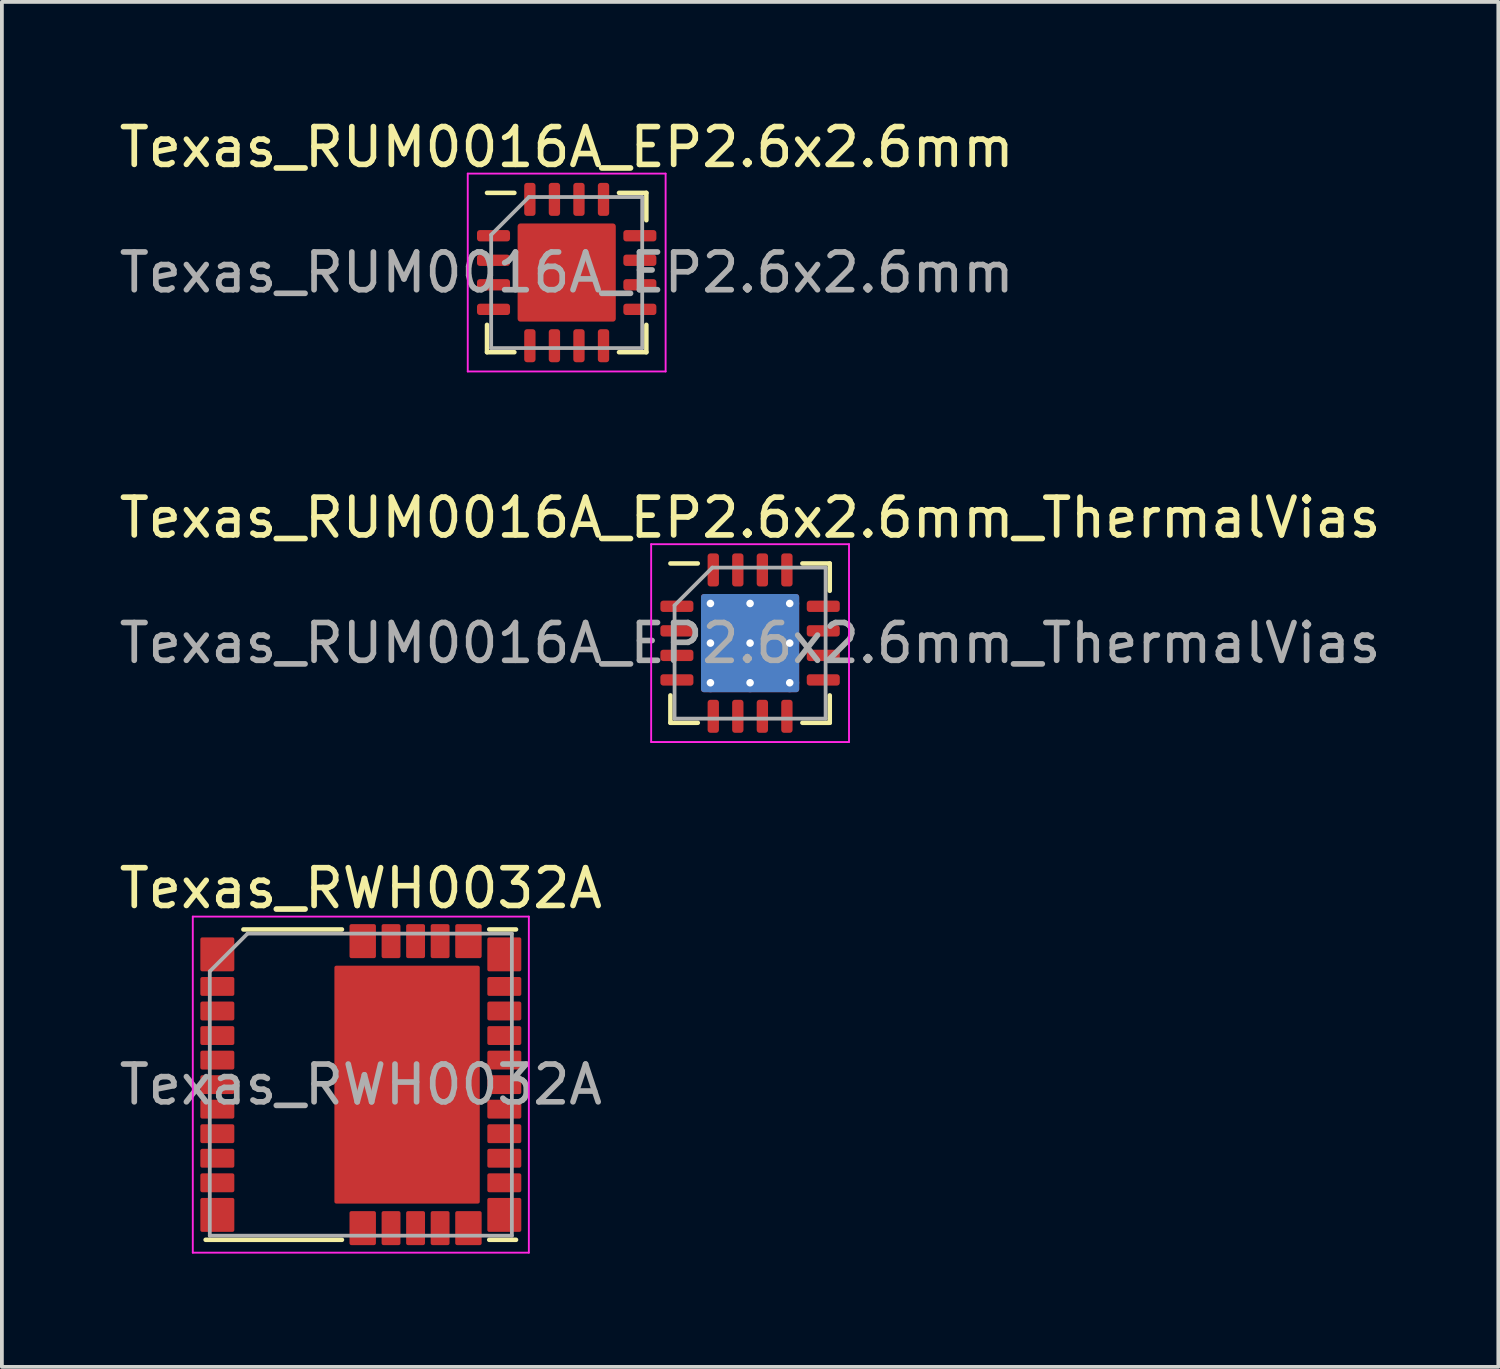
<source format=kicad_pcb>
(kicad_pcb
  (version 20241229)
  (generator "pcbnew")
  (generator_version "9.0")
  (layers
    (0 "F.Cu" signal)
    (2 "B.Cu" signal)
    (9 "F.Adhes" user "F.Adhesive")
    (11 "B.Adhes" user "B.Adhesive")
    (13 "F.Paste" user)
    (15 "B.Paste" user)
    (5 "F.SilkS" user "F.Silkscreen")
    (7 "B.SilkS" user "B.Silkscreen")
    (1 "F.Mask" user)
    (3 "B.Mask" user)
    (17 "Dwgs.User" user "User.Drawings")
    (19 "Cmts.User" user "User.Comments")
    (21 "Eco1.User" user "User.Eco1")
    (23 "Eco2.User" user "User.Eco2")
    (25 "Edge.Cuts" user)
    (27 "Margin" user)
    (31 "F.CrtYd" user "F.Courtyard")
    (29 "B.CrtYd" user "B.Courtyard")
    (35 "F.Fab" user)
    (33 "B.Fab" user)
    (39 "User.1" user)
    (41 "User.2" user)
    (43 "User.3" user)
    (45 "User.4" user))
  (footprint "Texas_RUM0016A_EP2.6x2.6mm"
    (layer "F.Cu")
    (at 11.958 4.168)
    (property "Reference" "Texas_RUM0016A_EP2.6x2.6mm" (at 0 -3.32 0) (layer "F.SilkS") (effects (font (size 1 1) (thickness 0.15))))
    (attr smd)
    (fp_line (start -2.11 2.11) (end -2.11 1.385) (stroke (width 0.12) (type solid)) (layer "F.SilkS"))
    (fp_line (start -1.385 -2.11) (end -2.11 -2.11) (stroke (width 0.12) (type solid)) (layer "F.SilkS"))
    (fp_line (start -1.385 2.11) (end -2.11 2.11) (stroke (width 0.12) (type solid)) (layer "F.SilkS"))
    (fp_line (start 1.385 -2.11) (end 2.11 -2.11) (stroke (width 0.12) (type solid)) (layer "F.SilkS"))
    (fp_line (start 1.385 2.11) (end 2.11 2.11) (stroke (width 0.12) (type solid)) (layer "F.SilkS"))
    (fp_line (start 2.11 -2.11) (end 2.11 -1.385) (stroke (width 0.12) (type solid)) (layer "F.SilkS"))
    (fp_line (start 2.11 2.11) (end 2.11 1.385) (stroke (width 0.12) (type solid)) (layer "F.SilkS"))
    (fp_line (start -2.62 -2.62) (end -2.62 2.62) (stroke (width 0.05) (type solid)) (layer "F.CrtYd"))
    (fp_line (start -2.62 2.62) (end 2.62 2.62) (stroke (width 0.05) (type solid)) (layer "F.CrtYd"))
    (fp_line (start 2.62 -2.62) (end -2.62 -2.62) (stroke (width 0.05) (type solid)) (layer "F.CrtYd"))
    (fp_line (start 2.62 2.62) (end 2.62 -2.62) (stroke (width 0.05) (type solid)) (layer "F.CrtYd"))
    (fp_line (start -2 -1) (end -1 -2) (stroke (width 0.1) (type solid)) (layer "F.Fab"))
    (fp_line (start -2 2) (end -2 -1) (stroke (width 0.1) (type solid)) (layer "F.Fab"))
    (fp_line (start -1 -2) (end 2 -2) (stroke (width 0.1) (type solid)) (layer "F.Fab"))
    (fp_line (start 2 -2) (end 2 2) (stroke (width 0.1) (type solid)) (layer "F.Fab"))
    (fp_line (start 2 2) (end -2 2) (stroke (width 0.1) (type solid)) (layer "F.Fab"))
    (fp_text user "${REFERENCE}" (at 0 0 0) (layer "F.Fab") (effects (font (size 1 1) (thickness 0.15))))
    (pad "" smd roundrect (at -0.65 -0.65) (size 1.05 1.05) (layers "F.Paste") (roundrect_rratio 0.238))
    (pad "" smd roundrect (at -0.65 0.65) (size 1.05 1.05) (layers "F.Paste") (roundrect_rratio 0.238))
    (pad "" smd roundrect (at 0.65 -0.65) (size 1.05 1.05) (layers "F.Paste") (roundrect_rratio 0.238))
    (pad "" smd roundrect (at 0.65 0.65) (size 1.05 1.05) (layers "F.Paste") (roundrect_rratio 0.238))
    (pad "1" smd roundrect (at -1.938 -0.975) (size 0.875 0.3) (layers "F.Cu" "F.Mask" "F.Paste") (roundrect_rratio 0.25))
    (pad "2" smd roundrect (at -1.938 -0.325) (size 0.875 0.3) (layers "F.Cu" "F.Mask" "F.Paste") (roundrect_rratio 0.25))
    (pad "3" smd roundrect (at -1.938 0.325) (size 0.875 0.3) (layers "F.Cu" "F.Mask" "F.Paste") (roundrect_rratio 0.25))
    (pad "4" smd roundrect (at -1.938 0.975) (size 0.875 0.3) (layers "F.Cu" "F.Mask" "F.Paste") (roundrect_rratio 0.25))
    (pad "5" smd roundrect (at -0.975 1.938) (size 0.3 0.875) (layers "F.Cu" "F.Mask" "F.Paste") (roundrect_rratio 0.25))
    (pad "6" smd roundrect (at -0.325 1.938) (size 0.3 0.875) (layers "F.Cu" "F.Mask" "F.Paste") (roundrect_rratio 0.25))
    (pad "7" smd roundrect (at 0.325 1.938) (size 0.3 0.875) (layers "F.Cu" "F.Mask" "F.Paste") (roundrect_rratio 0.25))
    (pad "8" smd roundrect (at 0.975 1.938) (size 0.3 0.875) (layers "F.Cu" "F.Mask" "F.Paste") (roundrect_rratio 0.25))
    (pad "9" smd roundrect (at 1.938 0.975) (size 0.875 0.3) (layers "F.Cu" "F.Mask" "F.Paste") (roundrect_rratio 0.25))
    (pad "10" smd roundrect (at 1.938 0.325) (size 0.875 0.3) (layers "F.Cu" "F.Mask" "F.Paste") (roundrect_rratio 0.25))
    (pad "11" smd roundrect (at 1.938 -0.325) (size 0.875 0.3) (layers "F.Cu" "F.Mask" "F.Paste") (roundrect_rratio 0.25))
    (pad "12" smd roundrect (at 1.938 -0.975) (size 0.875 0.3) (layers "F.Cu" "F.Mask" "F.Paste") (roundrect_rratio 0.25))
    (pad "13" smd roundrect (at 0.975 -1.938) (size 0.3 0.875) (layers "F.Cu" "F.Mask" "F.Paste") (roundrect_rratio 0.25))
    (pad "14" smd roundrect (at 0.325 -1.938) (size 0.3 0.875) (layers "F.Cu" "F.Mask" "F.Paste") (roundrect_rratio 0.25))
    (pad "15" smd roundrect (at -0.325 -1.938) (size 0.3 0.875) (layers "F.Cu" "F.Mask" "F.Paste") (roundrect_rratio 0.25))
    (pad "16" smd roundrect (at -0.975 -1.938) (size 0.3 0.875) (layers "F.Cu" "F.Mask" "F.Paste") (roundrect_rratio 0.25))
    (pad "17" smd roundrect (at 0 0) (size 2.6 2.6) (layers "F.Cu" "F.Mask") (roundrect_rratio 0.029)))
  (footprint "Texas_RWH0032A"
    (layer "F.Cu")
    (at 6.506 25.675)
    (property "Reference" "Texas_RWH0032A" (at 0 -5.2 0) (layer "F.SilkS") (effects (font (size 1 1) (thickness 0.15))))
    (attr smd)
    (fp_line (start -3.11 -4.11) (end -0.5 -4.11) (stroke (width 0.12) (type solid)) (layer "F.SilkS"))
    (fp_line (start -0.5 4.11) (end -4.11 4.11) (stroke (width 0.12) (type solid)) (layer "F.SilkS"))
    (fp_line (start 3.4 -4.11) (end 4.11 -4.11) (stroke (width 0.12) (type solid)) (layer "F.SilkS"))
    (fp_line (start 4.11 4.11) (end 3.4 4.11) (stroke (width 0.12) (type solid)) (layer "F.SilkS"))
    (fp_line (start -4.45 -4.45) (end 4.45 -4.45) (stroke (width 0.05) (type solid)) (layer "F.CrtYd"))
    (fp_line (start -4.45 4.45) (end -4.45 -4.45) (stroke (width 0.05) (type solid)) (layer "F.CrtYd"))
    (fp_line (start 4.45 -4.45) (end 4.45 4.45) (stroke (width 0.05) (type solid)) (layer "F.CrtYd"))
    (fp_line (start 4.45 4.45) (end -4.45 4.45) (stroke (width 0.05) (type solid)) (layer "F.CrtYd"))
    (fp_line (start -4 4) (end -4 -3) (stroke (width 0.1) (type solid)) (layer "F.Fab"))
    (fp_line (start -3 -4) (end -4 -3) (stroke (width 0.1) (type solid)) (layer "F.Fab"))
    (fp_line (start -3 -4) (end 4 -4) (stroke (width 0.1) (type solid)) (layer "F.Fab"))
    (fp_line (start 4 -4) (end 4 4) (stroke (width 0.1) (type solid)) (layer "F.Fab"))
    (fp_line (start 4 4) (end -4 4) (stroke (width 0.1) (type solid)) (layer "F.Fab"))
    (fp_text user "${REFERENCE}" (at 0 0 0) (layer "F.Fab") (effects (font (size 1 1) (thickness 0.15))))
    (pad "" smd roundrect (at 0.314 -2.38) (size 1.6 0.99) (layers "F.Paste") (roundrect_rratio 0.051))
    (pad "" smd roundrect (at 0.314 -1.19) (size 1.6 0.99) (layers "F.Paste") (roundrect_rratio 0.051))
    (pad "" smd roundrect (at 0.314 0) (size 1.6 0.99) (layers "F.Paste") (roundrect_rratio 0.051))
    (pad "" smd roundrect (at 0.314 1.19) (size 1.6 0.99) (layers "F.Paste") (roundrect_rratio 0.051))
    (pad "" smd roundrect (at 0.314 2.38) (size 1.6 0.99) (layers "F.Paste") (roundrect_rratio 0.051))
    (pad "" smd roundrect (at 2.114 -2.38) (size 1.6 0.99) (layers "F.Paste") (roundrect_rratio 0.051))
    (pad "" smd roundrect (at 2.114 -1.19) (size 1.6 0.99) (layers "F.Paste") (roundrect_rratio 0.051))
    (pad "" smd roundrect (at 2.114 0) (size 1.6 0.99) (layers "F.Paste") (roundrect_rratio 0.051))
    (pad "" smd roundrect (at 2.114 1.19) (size 1.6 0.99) (layers "F.Paste") (roundrect_rratio 0.051))
    (pad "" smd roundrect (at 2.114 2.38) (size 1.6 0.99) (layers "F.Paste") (roundrect_rratio 0.051))
    (pad "1" smd roundrect (at -3.8 -3.45) (size 0.9 0.9) (layers "F.Cu" "F.Mask" "F.Paste") (roundrect_rratio 0.055))
    (pad "2" smd roundrect (at -3.8 -2.6) (size 0.9 0.5) (layers "F.Cu" "F.Mask" "F.Paste") (roundrect_rratio 0.1))
    (pad "3" smd roundrect (at -3.8 -1.95) (size 0.9 0.5) (layers "F.Cu" "F.Mask" "F.Paste") (roundrect_rratio 0.1))
    (pad "4" smd roundrect (at -3.8 -1.3) (size 0.9 0.5) (layers "F.Cu" "F.Mask" "F.Paste") (roundrect_rratio 0.1))
    (pad "5" smd roundrect (at -3.8 -0.65) (size 0.9 0.5) (layers "F.Cu" "F.Mask" "F.Paste") (roundrect_rratio 0.1))
    (pad "6" smd roundrect (at -3.8 0) (size 0.9 0.5) (layers "F.Cu" "F.Mask" "F.Paste") (roundrect_rratio 0.1))
    (pad "7" smd roundrect (at -3.8 0.65) (size 0.9 0.5) (layers "F.Cu" "F.Mask" "F.Paste") (roundrect_rratio 0.1))
    (pad "8" smd roundrect (at -3.8 1.3) (size 0.9 0.5) (layers "F.Cu" "F.Mask" "F.Paste") (roundrect_rratio 0.1))
    (pad "9" smd roundrect (at -3.8 1.95) (size 0.9 0.5) (layers "F.Cu" "F.Mask" "F.Paste") (roundrect_rratio 0.1))
    (pad "10" smd roundrect (at -3.8 2.6) (size 0.9 0.5) (layers "F.Cu" "F.Mask" "F.Paste") (roundrect_rratio 0.1))
    (pad "11" smd roundrect (at -3.8 3.45) (size 0.9 0.9) (layers "F.Cu" "F.Mask" "F.Paste") (roundrect_rratio 0.055))
    (pad "12" smd roundrect (at 0.05 3.8) (size 0.7 0.9) (layers "F.Cu" "F.Mask" "F.Paste") (roundrect_rratio 0.072))
    (pad "13" smd roundrect (at 0.8 3.8) (size 0.5 0.9) (layers "F.Cu" "F.Mask" "F.Paste") (roundrect_rratio 0.1))
    (pad "14" smd roundrect (at 1.45 3.8) (size 0.5 0.9) (layers "F.Cu" "F.Mask" "F.Paste") (roundrect_rratio 0.1))
    (pad "15" smd roundrect (at 2.1 3.8) (size 0.5 0.9) (layers "F.Cu" "F.Mask" "F.Paste") (roundrect_rratio 0.1))
    (pad "16" smd roundrect (at 2.85 3.8) (size 0.7 0.9) (layers "F.Cu" "F.Mask" "F.Paste") (roundrect_rratio 0.072))
    (pad "17" smd roundrect (at 3.8 3.45) (size 0.9 0.9) (layers "F.Cu" "F.Mask" "F.Paste") (roundrect_rratio 0.055))
    (pad "18" smd roundrect (at 3.8 2.6) (size 0.9 0.5) (layers "F.Cu" "F.Mask" "F.Paste") (roundrect_rratio 0.1))
    (pad "19" smd roundrect (at 3.8 1.95) (size 0.9 0.5) (layers "F.Cu" "F.Mask" "F.Paste") (roundrect_rratio 0.1))
    (pad "20" smd roundrect (at 3.8 1.3) (size 0.9 0.5) (layers "F.Cu" "F.Mask" "F.Paste") (roundrect_rratio 0.1))
    (pad "21" smd roundrect (at 3.8 0.65) (size 0.9 0.5) (layers "F.Cu" "F.Mask" "F.Paste") (roundrect_rratio 0.1))
    (pad "22" smd roundrect (at 3.8 0) (size 0.9 0.5) (layers "F.Cu" "F.Mask" "F.Paste") (roundrect_rratio 0.1))
    (pad "23" smd roundrect (at 3.8 -0.65) (size 0.9 0.5) (layers "F.Cu" "F.Mask" "F.Paste") (roundrect_rratio 0.1))
    (pad "24" smd roundrect (at 3.8 -1.3) (size 0.9 0.5) (layers "F.Cu" "F.Mask" "F.Paste") (roundrect_rratio 0.1))
    (pad "25" smd roundrect (at 3.8 -1.95) (size 0.9 0.5) (layers "F.Cu" "F.Mask" "F.Paste") (roundrect_rratio 0.1))
    (pad "26" smd roundrect (at 3.8 -2.6) (size 0.9 0.5) (layers "F.Cu" "F.Mask" "F.Paste") (roundrect_rratio 0.1))
    (pad "27" smd roundrect (at 3.8 -3.45) (size 0.9 0.9) (layers "F.Cu" "F.Mask" "F.Paste") (roundrect_rratio 0.055))
    (pad "28" smd roundrect (at 2.85 -3.8) (size 0.7 0.9) (layers "F.Cu" "F.Mask" "F.Paste") (roundrect_rratio 0.072))
    (pad "29" smd roundrect (at 2.1 -3.8) (size 0.5 0.9) (layers "F.Cu" "F.Mask" "F.Paste") (roundrect_rratio 0.1))
    (pad "30" smd roundrect (at 1.45 -3.8) (size 0.5 0.9) (layers "F.Cu" "F.Mask" "F.Paste") (roundrect_rratio 0.1))
    (pad "31" smd roundrect (at 0.8 -3.8) (size 0.5 0.9) (layers "F.Cu" "F.Mask" "F.Paste") (roundrect_rratio 0.1))
    (pad "32" smd roundrect (at 0.05 -3.8) (size 0.7 0.9) (layers "F.Cu" "F.Mask" "F.Paste") (roundrect_rratio 0.072))
    (pad "33" smd roundrect (at 1.225 0) (size 3.85 6.3) (layers "F.Cu" "F.Mask") (roundrect_rratio 0.013)))
  (footprint "Texas_RUM0016A_EP2.6x2.6mm_ThermalVias"
    (layer "F.Cu")
    (at 16.815 13.982)
    (property "Reference" "Texas_RUM0016A_EP2.6x2.6mm_ThermalVias" (at 0 -3.32 0) (layer "F.SilkS") (effects (font (size 1 1) (thickness 0.15))))
    (attr smd)
    (fp_line (start -2.11 2.11) (end -2.11 1.385) (stroke (width 0.12) (type solid)) (layer "F.SilkS"))
    (fp_line (start -1.385 -2.11) (end -2.11 -2.11) (stroke (width 0.12) (type solid)) (layer "F.SilkS"))
    (fp_line (start -1.385 2.11) (end -2.11 2.11) (stroke (width 0.12) (type solid)) (layer "F.SilkS"))
    (fp_line (start 1.385 -2.11) (end 2.11 -2.11) (stroke (width 0.12) (type solid)) (layer "F.SilkS"))
    (fp_line (start 1.385 2.11) (end 2.11 2.11) (stroke (width 0.12) (type solid)) (layer "F.SilkS"))
    (fp_line (start 2.11 -2.11) (end 2.11 -1.385) (stroke (width 0.12) (type solid)) (layer "F.SilkS"))
    (fp_line (start 2.11 2.11) (end 2.11 1.385) (stroke (width 0.12) (type solid)) (layer "F.SilkS"))
    (fp_line (start -2.62 -2.62) (end -2.62 2.62) (stroke (width 0.05) (type solid)) (layer "F.CrtYd"))
    (fp_line (start -2.62 2.62) (end 2.62 2.62) (stroke (width 0.05) (type solid)) (layer "F.CrtYd"))
    (fp_line (start 2.62 -2.62) (end -2.62 -2.62) (stroke (width 0.05) (type solid)) (layer "F.CrtYd"))
    (fp_line (start 2.62 2.62) (end 2.62 -2.62) (stroke (width 0.05) (type solid)) (layer "F.CrtYd"))
    (fp_line (start -2 -1) (end -1 -2) (stroke (width 0.1) (type solid)) (layer "F.Fab"))
    (fp_line (start -2 2) (end -2 -1) (stroke (width 0.1) (type solid)) (layer "F.Fab"))
    (fp_line (start -1 -2) (end 2 -2) (stroke (width 0.1) (type solid)) (layer "F.Fab"))
    (fp_line (start 2 -2) (end 2 2) (stroke (width 0.1) (type solid)) (layer "F.Fab"))
    (fp_line (start 2 2) (end -2 2) (stroke (width 0.1) (type solid)) (layer "F.Fab"))
    (fp_text user "${REFERENCE}" (at 0 0 0) (layer "F.Fab") (effects (font (size 1 1) (thickness 0.15))))
    (pad "" smd roundrect (at -0.65 -0.65) (size 1.09 1.09) (layers "F.Paste") (roundrect_rratio 0.229))
    (pad "" smd roundrect (at -0.65 0.65) (size 1.09 1.09) (layers "F.Paste") (roundrect_rratio 0.229))
    (pad "" smd roundrect (at 0.65 -0.65) (size 1.09 1.09) (layers "F.Paste") (roundrect_rratio 0.229))
    (pad "" smd roundrect (at 0.65 0.65) (size 1.09 1.09) (layers "F.Paste") (roundrect_rratio 0.229))
    (pad "1" smd roundrect (at -1.938 -0.975) (size 0.875 0.3) (layers "F.Cu" "F.Mask" "F.Paste") (roundrect_rratio 0.25))
    (pad "2" smd roundrect (at -1.938 -0.325) (size 0.875 0.3) (layers "F.Cu" "F.Mask" "F.Paste") (roundrect_rratio 0.25))
    (pad "3" smd roundrect (at -1.938 0.325) (size 0.875 0.3) (layers "F.Cu" "F.Mask" "F.Paste") (roundrect_rratio 0.25))
    (pad "4" smd roundrect (at -1.938 0.975) (size 0.875 0.3) (layers "F.Cu" "F.Mask" "F.Paste") (roundrect_rratio 0.25))
    (pad "5" smd roundrect (at -0.975 1.938) (size 0.3 0.875) (layers "F.Cu" "F.Mask" "F.Paste") (roundrect_rratio 0.25))
    (pad "6" smd roundrect (at -0.325 1.938) (size 0.3 0.875) (layers "F.Cu" "F.Mask" "F.Paste") (roundrect_rratio 0.25))
    (pad "7" smd roundrect (at 0.325 1.938) (size 0.3 0.875) (layers "F.Cu" "F.Mask" "F.Paste") (roundrect_rratio 0.25))
    (pad "8" smd roundrect (at 0.975 1.938) (size 0.3 0.875) (layers "F.Cu" "F.Mask" "F.Paste") (roundrect_rratio 0.25))
    (pad "9" smd roundrect (at 1.938 0.975) (size 0.875 0.3) (layers "F.Cu" "F.Mask" "F.Paste") (roundrect_rratio 0.25))
    (pad "10" smd roundrect (at 1.938 0.325) (size 0.875 0.3) (layers "F.Cu" "F.Mask" "F.Paste") (roundrect_rratio 0.25))
    (pad "11" smd roundrect (at 1.938 -0.325) (size 0.875 0.3) (layers "F.Cu" "F.Mask" "F.Paste") (roundrect_rratio 0.25))
    (pad "12" smd roundrect (at 1.938 -0.975) (size 0.875 0.3) (layers "F.Cu" "F.Mask" "F.Paste") (roundrect_rratio 0.25))
    (pad "13" smd roundrect (at 0.975 -1.938) (size 0.3 0.875) (layers "F.Cu" "F.Mask" "F.Paste") (roundrect_rratio 0.25))
    (pad "14" smd roundrect (at 0.325 -1.938) (size 0.3 0.875) (layers "F.Cu" "F.Mask" "F.Paste") (roundrect_rratio 0.25))
    (pad "15" smd roundrect (at -0.325 -1.938) (size 0.3 0.875) (layers "F.Cu" "F.Mask" "F.Paste") (roundrect_rratio 0.25))
    (pad "16" smd roundrect (at -0.975 -1.938) (size 0.3 0.875) (layers "F.Cu" "F.Mask" "F.Paste") (roundrect_rratio 0.25))
    (pad "17" thru_hole circle (at -1.05 -1.05) (size 0.5 0.5) (drill 0.2) (layers "*.Cu"))
    (pad "17" thru_hole circle (at -1.05 0) (size 0.5 0.5) (drill 0.2) (layers "*.Cu"))
    (pad "17" thru_hole circle (at -1.05 1.05) (size 0.5 0.5) (drill 0.2) (layers "*.Cu"))
    (pad "17" thru_hole circle (at 0 -1.05) (size 0.5 0.5) (drill 0.2) (layers "*.Cu"))
    (pad "17" thru_hole circle (at 0 0) (size 0.5 0.5) (drill 0.2) (layers "*.Cu"))
    (pad "17" smd roundrect (at 0 0) (size 2.6 2.6) (layers "F.Cu" "F.Mask") (roundrect_rratio 0.029))
    (pad "17" smd roundrect (at 0 0) (size 2.6 2.6) (layers "B.Cu") (roundrect_rratio 0.029))
    (pad "17" thru_hole circle (at 0 1.05) (size 0.5 0.5) (drill 0.2) (layers "*.Cu"))
    (pad "17" thru_hole circle (at 1.05 -1.05) (size 0.5 0.5) (drill 0.2) (layers "*.Cu"))
    (pad "17" thru_hole circle (at 1.05 0) (size 0.5 0.5) (drill 0.2) (layers "*.Cu"))
    (pad "17" thru_hole circle (at 1.05 1.05) (size 0.5 0.5) (drill 0.2) (layers "*.Cu")))
  (gr_rect
    (start -3 -3)
    (end 36.631 33.15)
    (stroke (width 0.1) (type default))
    (fill no)
    (layer "Edge.Cuts")))
</source>
